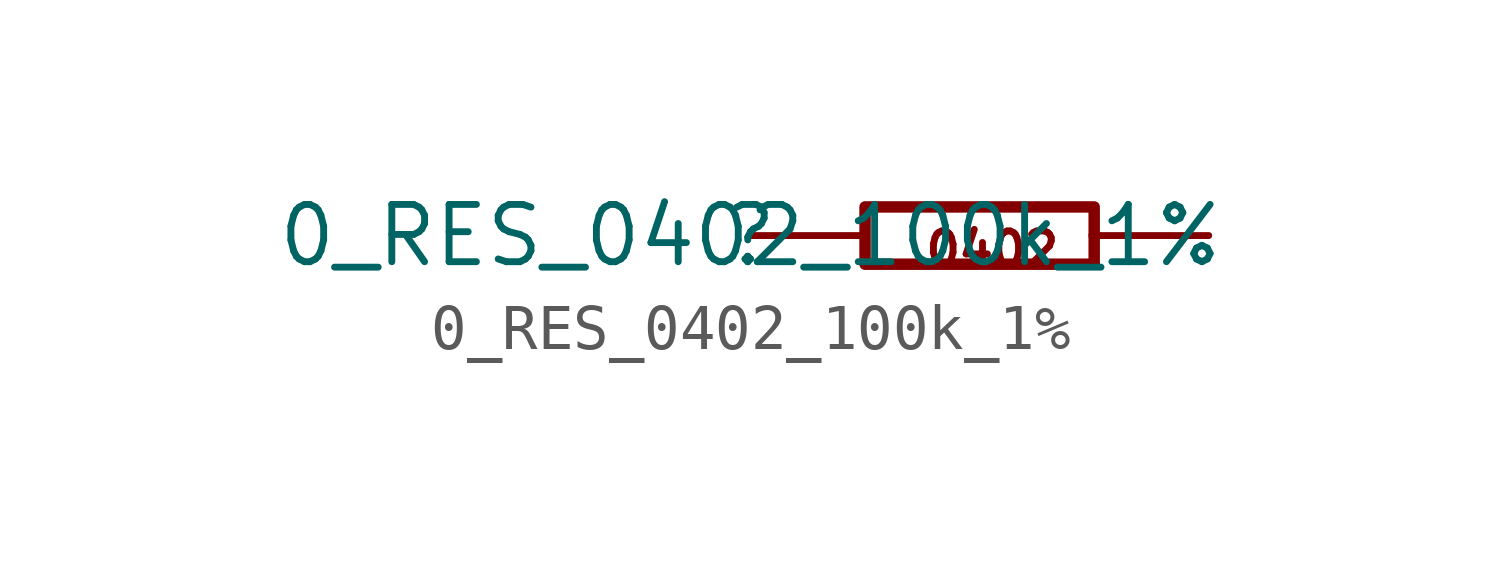
<source format=kicad_sym>
(kicad_symbol_lib
  (version 20211014)
  (generator kicad_symbol_editor)
  (symbol "0_RES_0402_100k_1%"
    (property "Reference" ""
      (at 0 0 0)
      (effects (font (size 1.27 1.27))))
    (property "Value" "0_RES_0402_100k_1%"
      (at 0 0 0)
      (effects (font (size 1.27 1.27))))
    (symbol "0_RES_0402_100k_1%_1_0"
      (polyline (pts (xy 7.62 -0.635) (xy 7.62 0)) (stroke (width 0.254) (type default) (color 0 0 0 0)) (fill (type none)))
      (polyline (pts (xy 7.62 0) (xy 7.62 0.635) (xy 2.54 0.635) (xy 2.54 -0.635) (xy 7.62 -0.635)) (stroke (width 0.254) (type default) (color 0 0 0 0)) (fill (type none)))
      (text "0402" (at 3.81 -0.762 0) (effects (font (size 0.762 0.762)) (justify left bottom)))
      (pin passive line (at 0 0 0) (length 2.54) (name "1" (effects (font (size 0 0)))) (number "1" (effects (font (size 0 0)))))
      (pin passive line (at 10.16 0 180) (length 2.54) (name "2" (effects (font (size 0 0)))) (number "2" (effects (font (size 0 0))))))))
</source>
